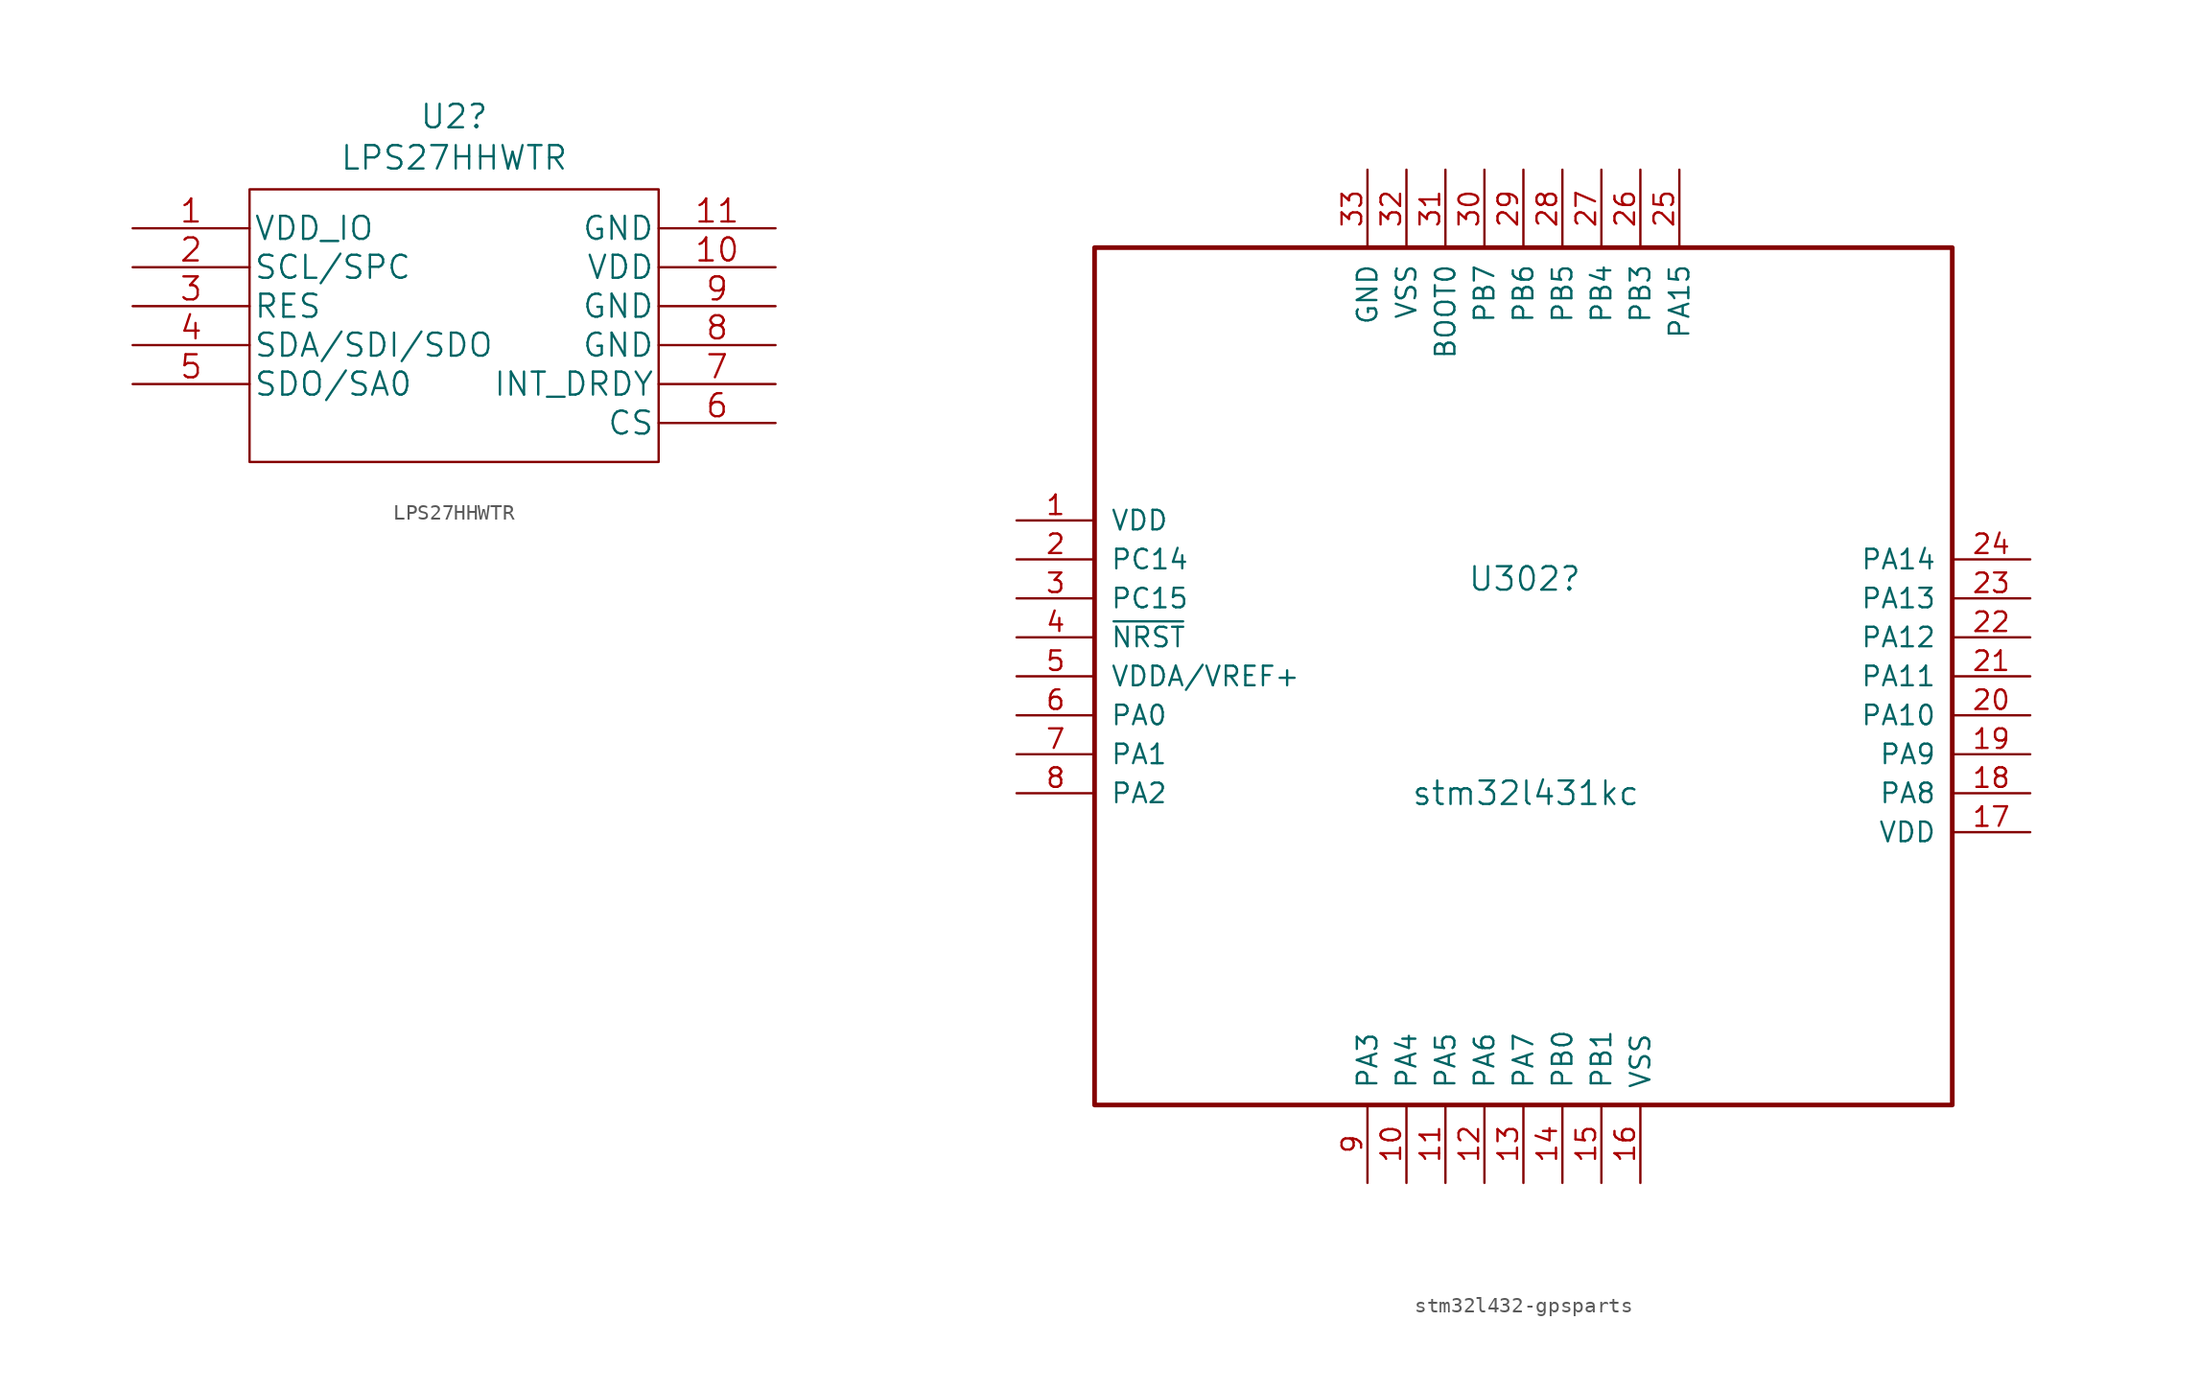
<source format=kicad_sym>
(kicad_symbol_lib
  (version 20211014)
  (generator kicad_symbol_editor)
  (symbol "LPS27HHWTR"
    (pin_names
      (offset 0.254))
    (property "Reference" "U2"
      (at 20.955 7.29 0)
      (effects (font (size 1.524 1.524))))
    (property "Value" "LPS27HHWTR"
      (at 20.955 4.597 0)
      (effects (font (size 1.524 1.524))))
    (property "Datasheet" ""
      (at 0 0 0)
      (effects (font (size 1.524 1.524))))
    (property "ki_locked" ""
      (at 0 0 0)
      (effects (font (size 1.27 1.27))))
    (symbol "LPS27HHWTR_1_1"
      (rectangle (start 7.62 -15.24) (end 34.29 2.54) (stroke (width 0) (type default) (color 0 0 0 0)) (fill (type none)))
      (pin passive line (at 0 0 0) (length 7.62) (name "VDD_IO" (effects (font (size 1.499 1.499)))) (number "1" (effects (font (size 1.499 1.499)))))
      (pin input line (at 41.91 -2.54 180) (length 7.62) (name "VDD" (effects (font (size 1.499 1.499)))) (number "10" (effects (font (size 1.499 1.499)))))
      (pin power_in line (at 41.91 0 180) (length 7.62) (name "GND" (effects (font (size 1.499 1.499)))) (number "11" (effects (font (size 1.499 1.499)))))
      (pin input line (at 0 -2.54 0) (length 7.62) (name "SCL/SPC" (effects (font (size 1.499 1.499)))) (number "2" (effects (font (size 1.499 1.499)))))
      (pin passive line (at 0 -5.08 0) (length 7.62) (name "RES" (effects (font (size 1.499 1.499)))) (number "3" (effects (font (size 1.499 1.499)))))
      (pin input line (at 0 -7.62 0) (length 7.62) (name "SDA/SDI/SDO" (effects (font (size 1.499 1.499)))) (number "4" (effects (font (size 1.499 1.499)))))
      (pin output line (at 0 -10.16 0) (length 7.62) (name "SDO/SA0" (effects (font (size 1.499 1.499)))) (number "5" (effects (font (size 1.499 1.499)))))
      (pin input line (at 41.91 -12.7 180) (length 7.62) (name "CS" (effects (font (size 1.499 1.499)))) (number "6" (effects (font (size 1.499 1.499)))))
      (pin output line (at 41.91 -10.16 180) (length 7.62) (name "INT_DRDY" (effects (font (size 1.499 1.499)))) (number "7" (effects (font (size 1.499 1.499)))))
      (pin power_in line (at 41.91 -7.62 180) (length 7.62) (name "GND" (effects (font (size 1.499 1.499)))) (number "8" (effects (font (size 1.499 1.499)))))
      (pin power_in line (at 41.91 -5.08 180) (length 7.62) (name "GND" (effects (font (size 1.499 1.499)))) (number "9" (effects (font (size 1.499 1.499)))))))
  (symbol "stm32l432-gpsparts"
    (pin_names
      (offset 1.016))
    (property "Reference" "U302"
      (at 36.83 -3.81 0)
      (effects (font (size 1.524 1.524)) (justify right)))
    (property "Value" "stm32l431kc"
      (at 40.64 -17.78 0)
      (effects (font (size 1.524 1.524)) (justify right)))
    (property "ki_locked" ""
      (at 0 0 0)
      (effects (font (size 1.27 1.27))))
    (symbol "stm32l432-gpsparts_1_1"
      (rectangle (start 5.08 17.78) (end 60.96 -38.1) (stroke (width 0.305) (type default) (color 0 0 0 0)) (fill (type none)))
      (pin power_in line (at 0 0 0) (length 5.08) (name "VDD" (effects (font (size 1.27 1.27)))) (number "1" (effects (font (size 1.27 1.27)))))
      (pin bidirectional line (at 25.4 -43.18 90) (length 5.08) (name "PA4" (effects (font (size 1.27 1.27)))) (number "10" (effects (font (size 1.27 1.27)))))
      (pin bidirectional line (at 27.94 -43.18 90) (length 5.08) (name "PA5" (effects (font (size 1.27 1.27)))) (number "11" (effects (font (size 1.27 1.27)))))
      (pin bidirectional line (at 30.48 -43.18 90) (length 5.08) (name "PA6" (effects (font (size 1.27 1.27)))) (number "12" (effects (font (size 1.27 1.27)))))
      (pin bidirectional line (at 33.02 -43.18 90) (length 5.08) (name "PA7" (effects (font (size 1.27 1.27)))) (number "13" (effects (font (size 1.27 1.27)))))
      (pin bidirectional line (at 35.56 -43.18 90) (length 5.08) (name "PB0" (effects (font (size 1.27 1.27)))) (number "14" (effects (font (size 1.27 1.27)))))
      (pin bidirectional line (at 38.1 -43.18 90) (length 5.08) (name "PB1" (effects (font (size 1.27 1.27)))) (number "15" (effects (font (size 1.27 1.27)))))
      (pin power_in line (at 40.64 -43.18 90) (length 5.08) (name "VSS" (effects (font (size 1.27 1.27)))) (number "16" (effects (font (size 1.27 1.27)))))
      (pin power_in line (at 66.04 -20.32 180) (length 5.08) (name "VDD" (effects (font (size 1.27 1.27)))) (number "17" (effects (font (size 1.27 1.27)))))
      (pin bidirectional line (at 66.04 -17.78 180) (length 5.08) (name "PA8" (effects (font (size 1.27 1.27)))) (number "18" (effects (font (size 1.27 1.27)))))
      (pin bidirectional line (at 66.04 -15.24 180) (length 5.08) (name "PA9" (effects (font (size 1.27 1.27)))) (number "19" (effects (font (size 1.27 1.27)))))
      (pin bidirectional line (at 0 -2.54 0) (length 5.08) (name "PC14" (effects (font (size 1.27 1.27)))) (number "2" (effects (font (size 1.27 1.27)))))
      (pin bidirectional line (at 66.04 -12.7 180) (length 5.08) (name "PA10" (effects (font (size 1.27 1.27)))) (number "20" (effects (font (size 1.27 1.27)))))
      (pin bidirectional line (at 66.04 -10.16 180) (length 5.08) (name "PA11" (effects (font (size 1.27 1.27)))) (number "21" (effects (font (size 1.27 1.27)))))
      (pin bidirectional line (at 66.04 -7.62 180) (length 5.08) (name "PA12" (effects (font (size 1.27 1.27)))) (number "22" (effects (font (size 1.27 1.27)))))
      (pin bidirectional line (at 66.04 -5.08 180) (length 5.08) (name "PA13" (effects (font (size 1.27 1.27)))) (number "23" (effects (font (size 1.27 1.27)))))
      (pin bidirectional line (at 66.04 -2.54 180) (length 5.08) (name "PA14" (effects (font (size 1.27 1.27)))) (number "24" (effects (font (size 1.27 1.27)))))
      (pin bidirectional line (at 43.18 22.86 270) (length 5.08) (name "PA15" (effects (font (size 1.27 1.27)))) (number "25" (effects (font (size 1.27 1.27)))))
      (pin bidirectional line (at 40.64 22.86 270) (length 5.08) (name "PB3" (effects (font (size 1.27 1.27)))) (number "26" (effects (font (size 1.27 1.27)))))
      (pin bidirectional line (at 38.1 22.86 270) (length 5.08) (name "PB4" (effects (font (size 1.27 1.27)))) (number "27" (effects (font (size 1.27 1.27)))))
      (pin bidirectional line (at 35.56 22.86 270) (length 5.08) (name "PB5" (effects (font (size 1.27 1.27)))) (number "28" (effects (font (size 1.27 1.27)))))
      (pin bidirectional line (at 33.02 22.86 270) (length 5.08) (name "PB6" (effects (font (size 1.27 1.27)))) (number "29" (effects (font (size 1.27 1.27)))))
      (pin bidirectional line (at 0 -5.08 0) (length 5.08) (name "PC15" (effects (font (size 1.27 1.27)))) (number "3" (effects (font (size 1.27 1.27)))))
      (pin bidirectional line (at 30.48 22.86 270) (length 5.08) (name "PB7" (effects (font (size 1.27 1.27)))) (number "30" (effects (font (size 1.27 1.27)))))
      (pin input line (at 27.94 22.86 270) (length 5.08) (name "BOOT0" (effects (font (size 1.27 1.27)))) (number "31" (effects (font (size 1.27 1.27)))))
      (pin power_in line (at 25.4 22.86 270) (length 5.08) (name "VSS" (effects (font (size 1.27 1.27)))) (number "32" (effects (font (size 1.27 1.27)))))
      (pin power_in line (at 22.86 22.86 270) (length 5.08) (name "GND" (effects (font (size 1.27 1.27)))) (number "33" (effects (font (size 1.27 1.27)))))
      (pin bidirectional line (at 0 -7.62 0) (length 5.08) (name "~{NRST}" (effects (font (size 1.27 1.27)))) (number "4" (effects (font (size 1.27 1.27)))))
      (pin power_in line (at 0 -10.16 0) (length 5.08) (name "VDDA/VREF+" (effects (font (size 1.27 1.27)))) (number "5" (effects (font (size 1.27 1.27)))))
      (pin bidirectional line (at 0 -12.7 0) (length 5.08) (name "PA0" (effects (font (size 1.27 1.27)))) (number "6" (effects (font (size 1.27 1.27)))))
      (pin bidirectional line (at 0 -15.24 0) (length 5.08) (name "PA1" (effects (font (size 1.27 1.27)))) (number "7" (effects (font (size 1.27 1.27)))))
      (pin bidirectional line (at 0 -17.78 0) (length 5.08) (name "PA2" (effects (font (size 1.27 1.27)))) (number "8" (effects (font (size 1.27 1.27)))))
      (pin passive line (at 22.86 -43.18 90) (length 5.08) (name "PA3" (effects (font (size 1.27 1.27)))) (number "9" (effects (font (size 1.27 1.27))))))))
</source>
